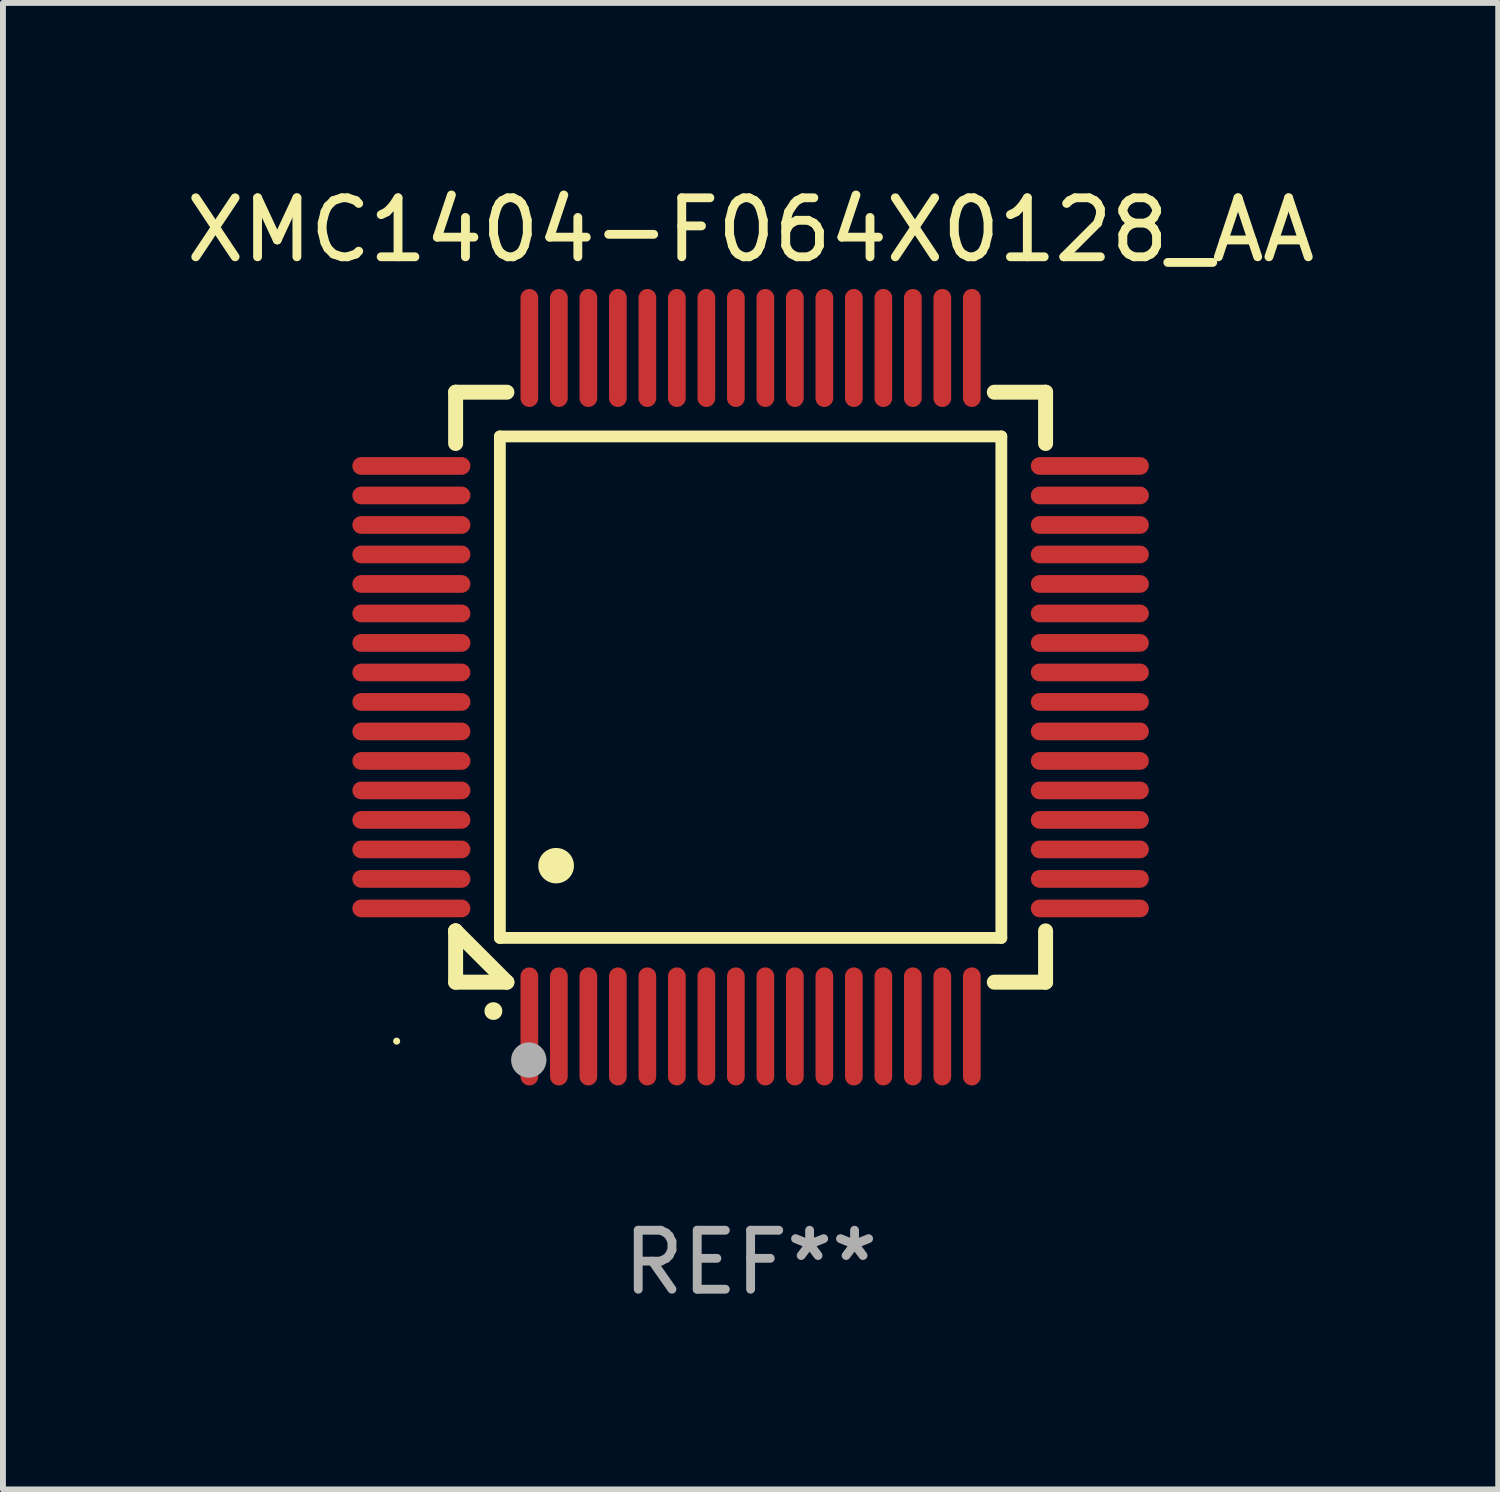
<source format=kicad_pcb>
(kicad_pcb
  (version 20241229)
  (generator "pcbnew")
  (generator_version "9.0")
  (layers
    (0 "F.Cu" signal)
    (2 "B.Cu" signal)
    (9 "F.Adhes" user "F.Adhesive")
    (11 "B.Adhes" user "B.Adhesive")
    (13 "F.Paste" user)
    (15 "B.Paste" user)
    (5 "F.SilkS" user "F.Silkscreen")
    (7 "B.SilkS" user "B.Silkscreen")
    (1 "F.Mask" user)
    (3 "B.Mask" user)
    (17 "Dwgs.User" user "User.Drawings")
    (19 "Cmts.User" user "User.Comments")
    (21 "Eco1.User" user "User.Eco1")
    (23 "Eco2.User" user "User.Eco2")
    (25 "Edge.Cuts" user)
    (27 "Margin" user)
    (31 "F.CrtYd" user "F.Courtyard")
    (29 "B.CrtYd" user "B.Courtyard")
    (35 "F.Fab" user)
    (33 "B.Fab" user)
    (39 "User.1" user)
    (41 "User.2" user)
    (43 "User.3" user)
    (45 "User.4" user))
  (footprint "XMC1404-F064X0128_AA"
    (layer "F.Cu")
    (at 9.673 8.598)
    (property "Reference" "XMC1404-F064X0128_AA" (at 0 -7.75 0) (layer "F.SilkS") (effects (font (size 1 1) (thickness 0.15))))
    (attr through_hole)
    (fp_line (start -5 -5) (end -4.131 -5) (stroke (width 0.254) (type solid)) (layer "F.SilkS"))
    (fp_line (start -5 -4.131) (end -5 -5) (stroke (width 0.254) (type solid)) (layer "F.SilkS"))
    (fp_line (start -5 4.131) (end -5 4.131) (stroke (width 0.254) (type solid)) (layer "F.SilkS"))
    (fp_line (start -5 5) (end -5 4.131) (stroke (width 0.254) (type solid)) (layer "F.SilkS"))
    (fp_line (start -5 4.131) (end -4.131 5) (stroke (width 0.254) (type solid)) (layer "F.SilkS"))
    (fp_line (start -4.25 -4.25) (end -4.25 4.25) (stroke (width 0.2) (type solid)) (layer "F.SilkS"))
    (fp_line (start -4.25 4.25) (end 4.25 4.25) (stroke (width 0.2) (type solid)) (layer "F.SilkS"))
    (fp_line (start -4.131 5) (end -5 5) (stroke (width 0.254) (type solid)) (layer "F.SilkS"))
    (fp_line (start 4.25 -4.25) (end -4.25 -4.25) (stroke (width 0.2) (type solid)) (layer "F.SilkS"))
    (fp_line (start 4.25 4.25) (end 4.25 -4.25) (stroke (width 0.2) (type solid)) (layer "F.SilkS"))
    (fp_line (start 5 -5) (end 4.131 -5) (stroke (width 0.254) (type solid)) (layer "F.SilkS"))
    (fp_line (start 5 -5) (end 5 -4.131) (stroke (width 0.254) (type solid)) (layer "F.SilkS"))
    (fp_line (start 5 4.131) (end 5 5) (stroke (width 0.254) (type solid)) (layer "F.SilkS"))
    (fp_line (start 5 5) (end 4.131 5) (stroke (width 0.254) (type solid)) (layer "F.SilkS"))
    (fp_arc (start -4.361265 5.489992) (mid -4.359995 5.489987) (end -4.358725 5.489992) (stroke (width 0.3) (type solid)) (layer "F.SilkS"))
    (fp_arc (start -3.299467 3.025146) (mid -3.296927 3.025135) (end -3.294387 3.025146) (stroke (width 0.6) (type solid)) (layer "F.SilkS"))
    (fp_circle (center -6 6) (end -5.97 6) (stroke (width 0.06) (type solid)) (fill no) (layer "F.SilkS"))
    (fp_circle (center -3.76 6.32) (end -3.61 6.32) (stroke (width 0.3) (type solid)) (fill no) (layer "F.Fab"))
    (fp_text user "REF**" (at 0 9.75 0) (layer "F.Fab") (effects (font (size 1 1) (thickness 0.15))))
    (pad "1" smd oval (at -3.75 5.75) (size 0.3 2) (layers "F.Cu" "F.Mask" "F.Paste"))
    (pad "2" smd oval (at -3.25 5.75) (size 0.3 2) (layers "F.Cu" "F.Mask" "F.Paste"))
    (pad "3" smd oval (at -2.75 5.75) (size 0.3 2) (layers "F.Cu" "F.Mask" "F.Paste"))
    (pad "4" smd oval (at -2.25 5.75) (size 0.3 2) (layers "F.Cu" "F.Mask" "F.Paste"))
    (pad "5" smd oval (at -1.75 5.75) (size 0.3 2) (layers "F.Cu" "F.Mask" "F.Paste"))
    (pad "6" smd oval (at -1.25 5.75) (size 0.3 2) (layers "F.Cu" "F.Mask" "F.Paste"))
    (pad "7" smd oval (at -0.75 5.75) (size 0.3 2) (layers "F.Cu" "F.Mask" "F.Paste"))
    (pad "8" smd oval (at -0.25 5.75) (size 0.3 2) (layers "F.Cu" "F.Mask" "F.Paste"))
    (pad "9" smd oval (at 0.25 5.75) (size 0.3 2) (layers "F.Cu" "F.Mask" "F.Paste"))
    (pad "10" smd oval (at 0.75 5.75) (size 0.3 2) (layers "F.Cu" "F.Mask" "F.Paste"))
    (pad "11" smd oval (at 1.25 5.75) (size 0.3 2) (layers "F.Cu" "F.Mask" "F.Paste"))
    (pad "12" smd oval (at 1.75 5.75) (size 0.3 2) (layers "F.Cu" "F.Mask" "F.Paste"))
    (pad "13" smd oval (at 2.25 5.75) (size 0.3 2) (layers "F.Cu" "F.Mask" "F.Paste"))
    (pad "14" smd oval (at 2.75 5.75) (size 0.3 2) (layers "F.Cu" "F.Mask" "F.Paste"))
    (pad "15" smd oval (at 3.25 5.75) (size 0.3 2) (layers "F.Cu" "F.Mask" "F.Paste"))
    (pad "16" smd oval (at 3.75 5.75) (size 0.3 2) (layers "F.Cu" "F.Mask" "F.Paste"))
    (pad "17" smd oval (at 5.75 3.75) (size 2 0.3) (layers "F.Cu" "F.Mask" "F.Paste"))
    (pad "18" smd oval (at 5.75 3.25) (size 2 0.3) (layers "F.Cu" "F.Mask" "F.Paste"))
    (pad "19" smd oval (at 5.75 2.75) (size 2 0.3) (layers "F.Cu" "F.Mask" "F.Paste"))
    (pad "20" smd oval (at 5.75 2.25) (size 2 0.3) (layers "F.Cu" "F.Mask" "F.Paste"))
    (pad "21" smd oval (at 5.75 1.75) (size 2 0.3) (layers "F.Cu" "F.Mask" "F.Paste"))
    (pad "22" smd oval (at 5.75 1.25) (size 2 0.3) (layers "F.Cu" "F.Mask" "F.Paste"))
    (pad "23" smd oval (at 5.75 0.75) (size 2 0.3) (layers "F.Cu" "F.Mask" "F.Paste"))
    (pad "24" smd oval (at 5.75 0.25) (size 2 0.3) (layers "F.Cu" "F.Mask" "F.Paste"))
    (pad "25" smd oval (at 5.75 -0.25) (size 2 0.3) (layers "F.Cu" "F.Mask" "F.Paste"))
    (pad "26" smd oval (at 5.75 -0.75) (size 2 0.3) (layers "F.Cu" "F.Mask" "F.Paste"))
    (pad "27" smd oval (at 5.75 -1.25) (size 2 0.3) (layers "F.Cu" "F.Mask" "F.Paste"))
    (pad "28" smd oval (at 5.75 -1.75) (size 2 0.3) (layers "F.Cu" "F.Mask" "F.Paste"))
    (pad "29" smd oval (at 5.75 -2.25) (size 2 0.3) (layers "F.Cu" "F.Mask" "F.Paste"))
    (pad "30" smd oval (at 5.75 -2.75) (size 2 0.3) (layers "F.Cu" "F.Mask" "F.Paste"))
    (pad "31" smd oval (at 5.75 -3.25) (size 2 0.3) (layers "F.Cu" "F.Mask" "F.Paste"))
    (pad "32" smd oval (at 5.75 -3.75) (size 2 0.3) (layers "F.Cu" "F.Mask" "F.Paste"))
    (pad "33" smd oval (at 3.75 -5.75) (size 0.3 2) (layers "F.Cu" "F.Mask" "F.Paste"))
    (pad "34" smd oval (at 3.25 -5.75) (size 0.3 2) (layers "F.Cu" "F.Mask" "F.Paste"))
    (pad "35" smd oval (at 2.75 -5.75) (size 0.3 2) (layers "F.Cu" "F.Mask" "F.Paste"))
    (pad "36" smd oval (at 2.25 -5.75) (size 0.3 2) (layers "F.Cu" "F.Mask" "F.Paste"))
    (pad "37" smd oval (at 1.75 -5.75) (size 0.3 2) (layers "F.Cu" "F.Mask" "F.Paste"))
    (pad "38" smd oval (at 1.25 -5.75) (size 0.3 2) (layers "F.Cu" "F.Mask" "F.Paste"))
    (pad "39" smd oval (at 0.75 -5.75) (size 0.3 2) (layers "F.Cu" "F.Mask" "F.Paste"))
    (pad "40" smd oval (at 0.25 -5.75) (size 0.3 2) (layers "F.Cu" "F.Mask" "F.Paste"))
    (pad "41" smd oval (at -0.25 -5.75) (size 0.3 2) (layers "F.Cu" "F.Mask" "F.Paste"))
    (pad "42" smd oval (at -0.75 -5.75) (size 0.3 2) (layers "F.Cu" "F.Mask" "F.Paste"))
    (pad "43" smd oval (at -1.25 -5.75) (size 0.3 2) (layers "F.Cu" "F.Mask" "F.Paste"))
    (pad "44" smd oval (at -1.75 -5.75) (size 0.3 2) (layers "F.Cu" "F.Mask" "F.Paste"))
    (pad "45" smd oval (at -2.25 -5.75) (size 0.3 2) (layers "F.Cu" "F.Mask" "F.Paste"))
    (pad "46" smd oval (at -2.75 -5.75) (size 0.3 2) (layers "F.Cu" "F.Mask" "F.Paste"))
    (pad "47" smd oval (at -3.25 -5.75) (size 0.3 2) (layers "F.Cu" "F.Mask" "F.Paste"))
    (pad "48" smd oval (at -3.75 -5.75) (size 0.3 2) (layers "F.Cu" "F.Mask" "F.Paste"))
    (pad "49" smd oval (at -5.75 -3.75) (size 2 0.3) (layers "F.Cu" "F.Mask" "F.Paste"))
    (pad "50" smd oval (at -5.75 -3.25) (size 2 0.3) (layers "F.Cu" "F.Mask" "F.Paste"))
    (pad "51" smd oval (at -5.75 -2.75) (size 2 0.3) (layers "F.Cu" "F.Mask" "F.Paste"))
    (pad "52" smd oval (at -5.75 -2.25) (size 2 0.3) (layers "F.Cu" "F.Mask" "F.Paste"))
    (pad "53" smd oval (at -5.75 -1.75) (size 2 0.3) (layers "F.Cu" "F.Mask" "F.Paste"))
    (pad "54" smd oval (at -5.75 -1.25) (size 2 0.3) (layers "F.Cu" "F.Mask" "F.Paste"))
    (pad "55" smd oval (at -5.75 -0.75) (size 2 0.3) (layers "F.Cu" "F.Mask" "F.Paste"))
    (pad "56" smd oval (at -5.75 -0.25) (size 2 0.3) (layers "F.Cu" "F.Mask" "F.Paste"))
    (pad "57" smd oval (at -5.75 0.25) (size 2 0.3) (layers "F.Cu" "F.Mask" "F.Paste"))
    (pad "58" smd oval (at -5.75 0.75) (size 2 0.3) (layers "F.Cu" "F.Mask" "F.Paste"))
    (pad "59" smd oval (at -5.75 1.25) (size 2 0.3) (layers "F.Cu" "F.Mask" "F.Paste"))
    (pad "60" smd oval (at -5.75 1.75) (size 2 0.3) (layers "F.Cu" "F.Mask" "F.Paste"))
    (pad "61" smd oval (at -5.75 2.25) (size 2 0.3) (layers "F.Cu" "F.Mask" "F.Paste"))
    (pad "62" smd oval (at -5.75 2.75) (size 2 0.3) (layers "F.Cu" "F.Mask" "F.Paste"))
    (pad "63" smd oval (at -5.75 3.25) (size 2 0.3) (layers "F.Cu" "F.Mask" "F.Paste"))
    (pad "64" smd oval (at -5.75 3.75) (size 2 0.3) (layers "F.Cu" "F.Mask" "F.Paste")))
  (gr_rect
    (start -3 -3)
    (end 22.345 22.196)
    (stroke (width 0.1) (type default))
    (fill no)
    (layer "Edge.Cuts")))
</source>
